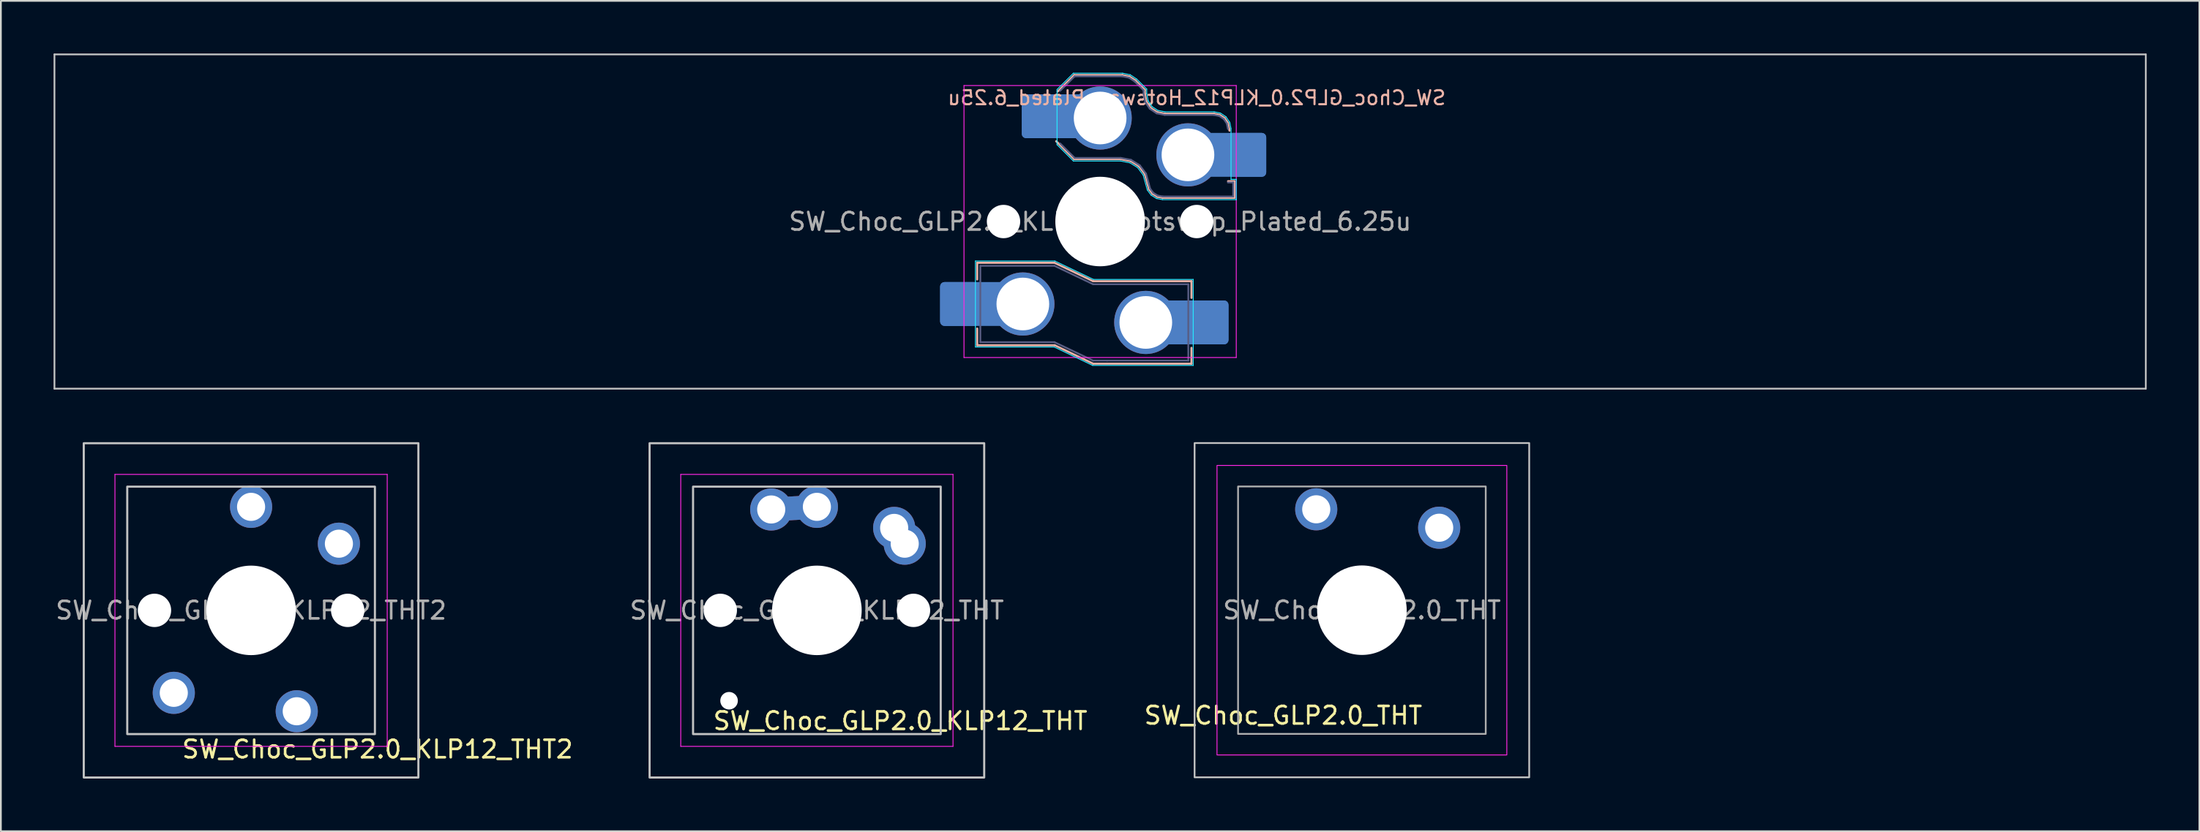
<source format=kicad_pcb>
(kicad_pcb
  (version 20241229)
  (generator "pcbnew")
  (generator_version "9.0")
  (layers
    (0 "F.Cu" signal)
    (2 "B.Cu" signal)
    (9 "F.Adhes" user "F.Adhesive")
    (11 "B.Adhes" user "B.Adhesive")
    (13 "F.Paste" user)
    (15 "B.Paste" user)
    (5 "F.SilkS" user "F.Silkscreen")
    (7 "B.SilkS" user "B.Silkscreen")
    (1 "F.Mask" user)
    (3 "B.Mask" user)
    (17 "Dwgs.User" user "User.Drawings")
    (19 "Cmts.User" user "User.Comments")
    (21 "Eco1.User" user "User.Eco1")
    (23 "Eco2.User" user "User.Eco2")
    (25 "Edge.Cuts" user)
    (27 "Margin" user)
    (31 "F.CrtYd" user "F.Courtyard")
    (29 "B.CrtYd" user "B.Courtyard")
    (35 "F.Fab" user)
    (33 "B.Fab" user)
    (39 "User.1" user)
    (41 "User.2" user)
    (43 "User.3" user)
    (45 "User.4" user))
  (footprint "SW_Choc_GLP2.0_KLP12_THT"
    (layer "F.Cu")
    (at 43.456 31.735)
    (property "Reference" "SW_Choc_GLP2.0_KLP12_THT" (at 4.75 6.3 0) (layer "F.SilkS") (effects (font (size 1 1) (thickness 0.15))))
    (attr through_hole)
    (fp_rect (start -9.525 -9.525) (end 9.525 9.525) (stroke (width 0.12) (type default)) (fill no) (layer "Dwgs.User"))
    (fp_rect (start -7.05 -7.05) (end 7.05 7.05) (stroke (width 0.12) (type solid)) (fill no) (layer "Dwgs.User"))
    (fp_line (start -7.75 -7.75) (end -7.75 7.75) (stroke (width 0.05) (type solid)) (layer "F.CrtYd"))
    (fp_line (start -7.75 7.75) (end 7.75 7.75) (stroke (width 0.05) (type solid)) (layer "F.CrtYd"))
    (fp_line (start 7.75 -7.75) (end -7.75 -7.75) (stroke (width 0.05) (type solid)) (layer "F.CrtYd"))
    (fp_line (start 7.75 7.75) (end 7.75 -7.75) (stroke (width 0.05) (type solid)) (layer "F.CrtYd"))
    (fp_text user "${REFERENCE}" (at 0 0 0) (layer "F.Fab") (effects (font (size 1 1) (thickness 0.15))))
    (pad "" np_thru_hole circle (at -5.5 0) (size 1.9 1.9) (drill 1.9) (layers "*.Cu" "*.Mask"))
    (pad "" np_thru_hole circle (at -5 5.15) (size 1 1) (drill 1) (layers "*.Cu" "*.Mask"))
    (pad "" np_thru_hole circle (at 0 0) (size 5.1 5.1) (drill 5.1) (layers "*.Cu" "*.Mask"))
    (pad "" np_thru_hole circle (at 5.5 0) (size 1.9 1.9) (drill 1.9) (layers "*.Cu" "*.Mask"))
    (pad "1" thru_hole circle (at 4.4 -4.7 180) (size 2.4 2.4) (drill 1.6) (layers "*.Cu" "*.Mask"))
    (pad "1" thru_hole circle (at 5 -3.8) (size 2.4 2.4) (drill 1.6) (layers "*.Cu" "*.Mask"))
    (pad "2" thru_hole circle (at -2.6 -5.75 180) (size 2.4 2.4) (drill 1.6) (layers "*.Cu" "*.Mask"))
    (pad "2" smd custom (at -1.3 -5.825 3.3) (size 3 1.353) (layers "F.Cu") (options (anchor rect)) (primitives))
    (pad "2" smd custom (at -1.3 -5.825 3.3) (size 3 1.353) (layers "B.Cu") (options (anchor rect)) (primitives))
    (pad "2" thru_hole circle (at 0 -5.9) (size 2.4 2.4) (drill 1.6) (layers "*.Cu" "*.Mask")))
  (footprint "SW_Choc_GLP2.0_KLP12_THT2"
    (layer "F.Cu")
    (at 11.244 31.735)
    (property "Reference" "SW_Choc_GLP2.0_KLP12_THT2" (at 7.2 8.5 0) (layer "F.SilkS") (effects (font (size 1 1) (thickness 0.15)) (justify bottom)))
    (attr through_hole)
    (fp_rect (start -9.525 -9.525) (end 9.525 9.525) (stroke (width 0.12) (type default)) (fill no) (layer "Dwgs.User"))
    (fp_rect (start -7.05 -7.05) (end 7.05 7.05) (stroke (width 0.12) (type solid)) (fill no) (layer "Dwgs.User"))
    (fp_line (start -7.75 -7.75) (end -7.75 7.75) (stroke (width 0.05) (type solid)) (layer "F.CrtYd"))
    (fp_line (start -7.75 7.75) (end 7.75 7.75) (stroke (width 0.05) (type solid)) (layer "F.CrtYd"))
    (fp_line (start 7.75 -7.75) (end -7.75 -7.75) (stroke (width 0.05) (type solid)) (layer "F.CrtYd"))
    (fp_line (start 7.75 7.75) (end 7.75 -7.75) (stroke (width 0.05) (type solid)) (layer "F.CrtYd"))
    (fp_text user "${REFERENCE}" (at 0 0 0) (layer "F.Fab") (effects (font (size 1 1) (thickness 0.15))))
    (pad "" np_thru_hole circle (at -5.5 0) (size 1.9 1.9) (drill 1.9) (layers "*.Cu" "*.Mask"))
    (pad "" np_thru_hole circle (at 0 0) (size 5.1 5.1) (drill 5.1) (layers "*.Cu" "*.Mask"))
    (pad "" np_thru_hole circle (at 5.5 0) (size 1.9 1.9) (drill 1.9) (layers "*.Cu" "*.Mask"))
    (pad "1" thru_hole circle (at 2.6 5.75) (size 2.4 2.4) (drill 1.6) (layers "*.Cu" "*.Mask"))
    (pad "1" thru_hole circle (at 5 -3.8) (size 2.4 2.4) (drill 1.6) (layers "*.Cu" "*.Mask"))
    (pad "2" thru_hole circle (at -4.4 4.7) (size 2.4 2.4) (drill 1.6) (layers "*.Cu" "*.Mask"))
    (pad "2" thru_hole circle (at 0 -5.9) (size 2.4 2.4) (drill 1.6) (layers "*.Cu" "*.Mask")))
  (footprint "SW_Choc_GLP2.0_KLP12_Hotswap_Plated_6.25u"
    (layer "F.Cu")
    (at 59.581 9.575)
    (property "Reference" "SW_Choc_GLP2.0_KLP12_Hotswap_Plated_6.25u" (at 5.5 -7.05 180) (layer "B.SilkS") (effects (font (size 0.8 0.8) (thickness 0.12)) (justify mirror)))
    (attr smd)
    (fp_line (start -7 2.35) (end -7 3.3) (stroke (width 0.12) (type solid)) (layer "B.SilkS"))
    (fp_line (start -7 2.35) (end -2.6 2.35) (stroke (width 0.12) (type solid)) (layer "B.SilkS"))
    (fp_line (start -7 7.05) (end -7 6.1) (stroke (width 0.12) (type solid)) (layer "B.SilkS"))
    (fp_line (start -7 7.05) (end -2.59 7.05) (stroke (width 0.12) (type solid)) (layer "B.SilkS"))
    (fp_line (start -2.6 2.35) (end -0.4 3.4) (stroke (width 0.12) (type solid)) (layer "B.SilkS"))
    (fp_line (start -2.59 7.05) (end -0.4 8.1) (stroke (width 0.12) (type solid)) (layer "B.SilkS"))
    (fp_line (start -2.416 -7.409) (end -1.479 -8.346) (stroke (width 0.12) (type solid)) (layer "B.SilkS"))
    (fp_line (start -1.479 -8.346) (end 1.268 -8.346) (stroke (width 0.12) (type solid)) (layer "B.SilkS"))
    (fp_line (start -1.479 -3.554) (end -2.5 -4.575) (stroke (width 0.12) (type solid)) (layer "B.SilkS"))
    (fp_line (start 1.168 -3.554) (end -1.479 -3.554) (stroke (width 0.12) (type solid)) (layer "B.SilkS"))
    (fp_line (start 1.268 -8.346) (end 1.671 -8.266) (stroke (width 0.12) (type solid)) (layer "B.SilkS"))
    (fp_line (start 1.671 -8.266) (end 2.013 -8.037) (stroke (width 0.12) (type solid)) (layer "B.SilkS"))
    (fp_line (start 1.73 -3.449) (end 1.168 -3.554) (stroke (width 0.12) (type solid)) (layer "B.SilkS"))
    (fp_line (start 2.013 -8.037) (end 2.546 -7.504) (stroke (width 0.12) (type solid)) (layer "B.SilkS"))
    (fp_line (start 2.209 -3.15) (end 1.73 -3.449) (stroke (width 0.12) (type solid)) (layer "B.SilkS"))
    (fp_line (start 2.546 -7.504) (end 2.546 -7.282) (stroke (width 0.12) (type solid)) (layer "B.SilkS"))
    (fp_line (start 2.546 -7.282) (end 2.633 -6.844) (stroke (width 0.12) (type solid)) (layer "B.SilkS"))
    (fp_line (start 2.547 -2.697) (end 2.209 -3.15) (stroke (width 0.12) (type solid)) (layer "B.SilkS"))
    (fp_line (start 2.633 -6.844) (end 2.877 -6.477) (stroke (width 0.12) (type solid)) (layer "B.SilkS"))
    (fp_line (start 2.701 -2.139) (end 2.547 -2.697) (stroke (width 0.12) (type solid)) (layer "B.SilkS"))
    (fp_line (start 2.783 -1.841) (end 2.701 -2.139) (stroke (width 0.12) (type solid)) (layer "B.SilkS"))
    (fp_line (start 2.877 -6.477) (end 3.244 -6.233) (stroke (width 0.12) (type solid)) (layer "B.SilkS"))
    (fp_line (start 2.976 -1.583) (end 2.783 -1.841) (stroke (width 0.12) (type solid)) (layer "B.SilkS"))
    (fp_line (start 3.244 -6.233) (end 3.682 -6.146) (stroke (width 0.12) (type solid)) (layer "B.SilkS"))
    (fp_line (start 3.25 -1.413) (end 2.976 -1.583) (stroke (width 0.12) (type solid)) (layer "B.SilkS"))
    (fp_line (start 3.56 -1.354) (end 3.25 -1.413) (stroke (width 0.12) (type solid)) (layer "B.SilkS"))
    (fp_line (start 3.682 -6.146) (end 6.482 -6.146) (stroke (width 0.12) (type solid)) (layer "B.SilkS"))
    (fp_line (start 5.2 3.4) (end -0.4 3.4) (stroke (width 0.12) (type solid)) (layer "B.SilkS"))
    (fp_line (start 5.2 3.4) (end 5.2 4.35) (stroke (width 0.12) (type solid)) (layer "B.SilkS"))
    (fp_line (start 5.2 8.1) (end -0.4 8.1) (stroke (width 0.12) (type solid)) (layer "B.SilkS"))
    (fp_line (start 5.2 8.1) (end 5.2 7.2) (stroke (width 0.12) (type solid)) (layer "B.SilkS"))
    (fp_line (start 6.482 -6.146) (end 6.809 -6.081) (stroke (width 0.12) (type solid)) (layer "B.SilkS"))
    (fp_line (start 6.809 -6.081) (end 7.092 -5.892) (stroke (width 0.12) (type solid)) (layer "B.SilkS"))
    (fp_line (start 7.092 -5.892) (end 7.281 -5.609) (stroke (width 0.12) (type solid)) (layer "B.SilkS"))
    (fp_line (start 7.281 -5.609) (end 7.366 -5.182) (stroke (width 0.12) (type solid)) (layer "B.SilkS"))
    (fp_line (start 7.283 -2.296) (end 7.646 -2.296) (stroke (width 0.12) (type solid)) (layer "B.SilkS"))
    (fp_line (start 7.646 -2.296) (end 7.646 -1.354) (stroke (width 0.12) (type solid)) (layer "B.SilkS"))
    (fp_line (start 7.646 -1.354) (end 3.56 -1.354) (stroke (width 0.12) (type solid)) (layer "B.SilkS"))
    (fp_line (start -59.531 -9.525) (end -59.531 9.525) (stroke (width 0.1) (type default)) (layer "Dwgs.User"))
    (fp_line (start -59.531 -9.525) (end 59.531 -9.525) (stroke (width 0.1) (type solid)) (layer "Dwgs.User"))
    (fp_line (start -59.531 9.525) (end 59.531 9.525) (stroke (width 0.1) (type solid)) (layer "Dwgs.User"))
    (fp_line (start 59.531 -9.525) (end 59.531 9.525) (stroke (width 0.1) (type default)) (layer "Dwgs.User"))
    (fp_line (start -7.1 2.25) (end -7.1 7.15) (stroke (width 0.05) (type solid)) (layer "B.CrtYd"))
    (fp_line (start -7.1 2.25) (end -2.58 2.25) (stroke (width 0.05) (type solid)) (layer "B.CrtYd"))
    (fp_line (start -7.1 7.15) (end -2.615 7.15) (stroke (width 0.05) (type solid)) (layer "B.CrtYd"))
    (fp_line (start -2.615 7.15) (end -0.425 8.2) (stroke (width 0.05) (type solid)) (layer "B.CrtYd"))
    (fp_line (start -2.58 2.25) (end -0.38 3.3) (stroke (width 0.05) (type solid)) (layer "B.CrtYd"))
    (fp_line (start -2.452 -7.523) (end -1.523 -8.452) (stroke (width 0.05) (type solid)) (layer "B.CrtYd"))
    (fp_line (start -2.452 -4.377) (end -2.452 -7.523) (stroke (width 0.05) (type solid)) (layer "B.CrtYd"))
    (fp_line (start -1.523 -8.452) (end 1.278 -8.452) (stroke (width 0.05) (type solid)) (layer "B.CrtYd"))
    (fp_line (start -1.523 -3.448) (end -2.452 -4.377) (stroke (width 0.05) (type solid)) (layer "B.CrtYd"))
    (fp_line (start 1.159 -3.448) (end -1.523 -3.448) (stroke (width 0.05) (type solid)) (layer "B.CrtYd"))
    (fp_line (start 1.278 -8.452) (end 1.712 -8.366) (stroke (width 0.05) (type solid)) (layer "B.CrtYd"))
    (fp_line (start 1.691 -3.348) (end 1.159 -3.448) (stroke (width 0.05) (type solid)) (layer "B.CrtYd"))
    (fp_line (start 1.712 -8.366) (end 2.081 -8.119) (stroke (width 0.05) (type solid)) (layer "B.CrtYd"))
    (fp_line (start 2.081 -8.119) (end 2.652 -7.548) (stroke (width 0.05) (type solid)) (layer "B.CrtYd"))
    (fp_line (start 2.136 -3.071) (end 1.691 -3.348) (stroke (width 0.05) (type solid)) (layer "B.CrtYd"))
    (fp_line (start 2.45 -2.65) (end 2.136 -3.071) (stroke (width 0.05) (type solid)) (layer "B.CrtYd"))
    (fp_line (start 2.599 -2.111) (end 2.45 -2.65) (stroke (width 0.05) (type solid)) (layer "B.CrtYd"))
    (fp_line (start 2.652 -7.548) (end 2.652 -7.292) (stroke (width 0.05) (type solid)) (layer "B.CrtYd"))
    (fp_line (start 2.652 -7.292) (end 2.733 -6.885) (stroke (width 0.05) (type solid)) (layer "B.CrtYd"))
    (fp_line (start 2.687 -1.794) (end 2.599 -2.111) (stroke (width 0.05) (type solid)) (layer "B.CrtYd"))
    (fp_line (start 2.733 -6.885) (end 2.953 -6.553) (stroke (width 0.05) (type solid)) (layer "B.CrtYd"))
    (fp_line (start 2.903 -1.503) (end 2.687 -1.794) (stroke (width 0.05) (type solid)) (layer "B.CrtYd"))
    (fp_line (start 2.953 -6.553) (end 3.285 -6.333) (stroke (width 0.05) (type solid)) (layer "B.CrtYd"))
    (fp_line (start 3.211 -1.312) (end 2.903 -1.503) (stroke (width 0.05) (type solid)) (layer "B.CrtYd"))
    (fp_line (start 3.285 -6.333) (end 3.692 -6.252) (stroke (width 0.05) (type solid)) (layer "B.CrtYd"))
    (fp_line (start 3.55 -1.248) (end 3.211 -1.312) (stroke (width 0.05) (type solid)) (layer "B.CrtYd"))
    (fp_line (start 3.692 -6.252) (end 6.492 -6.252) (stroke (width 0.05) (type solid)) (layer "B.CrtYd"))
    (fp_line (start 5.3 3.3) (end -0.38 3.3) (stroke (width 0.05) (type solid)) (layer "B.CrtYd"))
    (fp_line (start 5.3 3.3) (end 5.3 8.2) (stroke (width 0.05) (type solid)) (layer "B.CrtYd"))
    (fp_line (start 5.3 8.2) (end -0.425 8.2) (stroke (width 0.05) (type solid)) (layer "B.CrtYd"))
    (fp_line (start 6.492 -6.252) (end 6.85 -6.181) (stroke (width 0.05) (type solid)) (layer "B.CrtYd"))
    (fp_line (start 6.85 -6.181) (end 7.168 -5.968) (stroke (width 0.05) (type solid)) (layer "B.CrtYd"))
    (fp_line (start 7.168 -5.968) (end 7.381 -5.65) (stroke (width 0.05) (type solid)) (layer "B.CrtYd"))
    (fp_line (start 7.381 -5.65) (end 7.452 -5.292) (stroke (width 0.05) (type solid)) (layer "B.CrtYd"))
    (fp_line (start 7.452 -5.292) (end 7.452 -2.402) (stroke (width 0.05) (type solid)) (layer "B.CrtYd"))
    (fp_line (start 7.452 -2.402) (end 7.752 -2.402) (stroke (width 0.05) (type solid)) (layer "B.CrtYd"))
    (fp_line (start 7.752 -2.402) (end 7.752 -1.248) (stroke (width 0.05) (type solid)) (layer "B.CrtYd"))
    (fp_line (start 7.752 -1.248) (end 3.55 -1.248) (stroke (width 0.05) (type solid)) (layer "B.CrtYd"))
    (fp_line (start -7.75 7.75) (end -7.75 -7.75) (stroke (width 0.05) (type solid)) (layer "F.CrtYd"))
    (fp_line (start 7.75 -7.75) (end -7.75 -7.75) (stroke (width 0.05) (type solid)) (layer "F.CrtYd"))
    (fp_line (start 7.75 -7.75) (end 7.75 7.75) (stroke (width 0.05) (type solid)) (layer "F.CrtYd"))
    (fp_line (start 7.75 7.75) (end -7.75 7.75) (stroke (width 0.05) (type solid)) (layer "F.CrtYd"))
    (fp_line (start -6.82 2.525) (end -6.82 6.875) (stroke (width 0.1) (type solid)) (layer "B.Fab"))
    (fp_line (start -6.82 2.525) (end -2.6 2.525) (stroke (width 0.1) (type solid)) (layer "B.Fab"))
    (fp_line (start -6.82 6.875) (end -2.6 6.875) (stroke (width 0.1) (type solid)) (layer "B.Fab"))
    (fp_line (start -2.6 2.525) (end -0.4 3.575) (stroke (width 0.1) (type solid)) (layer "B.Fab"))
    (fp_line (start -2.6 6.875) (end -0.4 7.925) (stroke (width 0.1) (type solid)) (layer "B.Fab"))
    (fp_line (start -2.275 -7.45) (end -1.45 -8.275) (stroke (width 0.1) (type solid)) (layer "B.Fab"))
    (fp_line (start -1.45 -8.275) (end 1.261 -8.275) (stroke (width 0.1) (type solid)) (layer "B.Fab"))
    (fp_line (start -1.45 -3.625) (end -2.275 -4.45) (stroke (width 0.1) (type solid)) (layer "B.Fab"))
    (fp_line (start 0.4 7.925) (end -0.4 7.925) (stroke (width 0.1) (type solid)) (layer "B.Fab"))
    (fp_line (start 1.175 -3.625) (end -1.45 -3.625) (stroke (width 0.1) (type solid)) (layer "B.Fab"))
    (fp_line (start 1.261 -8.275) (end 1.643 -8.199) (stroke (width 0.1) (type solid)) (layer "B.Fab"))
    (fp_line (start 1.643 -8.199) (end 1.968 -7.982) (stroke (width 0.1) (type solid)) (layer "B.Fab"))
    (fp_line (start 1.756 -3.516) (end 1.175 -3.625) (stroke (width 0.1) (type solid)) (layer "B.Fab"))
    (fp_line (start 1.968 -7.982) (end 2.475 -7.475) (stroke (width 0.1) (type solid)) (layer "B.Fab"))
    (fp_line (start 2.258 -3.203) (end 1.756 -3.516) (stroke (width 0.1) (type solid)) (layer "B.Fab"))
    (fp_line (start 2.475 -7.475) (end 2.475 -7.275) (stroke (width 0.1) (type solid)) (layer "B.Fab"))
    (fp_line (start 2.475 -7.275) (end 2.566 -6.816) (stroke (width 0.1) (type solid)) (layer "B.Fab"))
    (fp_line (start 2.566 -6.816) (end 2.826 -6.426) (stroke (width 0.1) (type solid)) (layer "B.Fab"))
    (fp_line (start 2.612 -2.729) (end 2.258 -3.203) (stroke (width 0.1) (type solid)) (layer "B.Fab"))
    (fp_line (start 2.769 -2.158) (end 2.612 -2.729) (stroke (width 0.1) (type solid)) (layer "B.Fab"))
    (fp_line (start 2.826 -6.426) (end 3.216 -6.166) (stroke (width 0.1) (type solid)) (layer "B.Fab"))
    (fp_line (start 2.848 -1.873) (end 2.769 -2.158) (stroke (width 0.1) (type solid)) (layer "B.Fab"))
    (fp_line (start 3.025 -1.636) (end 2.848 -1.873) (stroke (width 0.1) (type solid)) (layer "B.Fab"))
    (fp_line (start 3.216 -6.166) (end 3.675 -6.075) (stroke (width 0.1) (type solid)) (layer "B.Fab"))
    (fp_line (start 3.276 -1.48) (end 3.025 -1.636) (stroke (width 0.1) (type solid)) (layer "B.Fab"))
    (fp_line (start 3.567 -1.425) (end 3.276 -1.48) (stroke (width 0.1) (type solid)) (layer "B.Fab"))
    (fp_line (start 3.675 -6.075) (end 6.475 -6.075) (stroke (width 0.1) (type solid)) (layer "B.Fab"))
    (fp_line (start 5.02 3.575) (end -0.4 3.575) (stroke (width 0.1) (type solid)) (layer "B.Fab"))
    (fp_line (start 5.02 3.575) (end 5.02 7.925) (stroke (width 0.1) (type solid)) (layer "B.Fab"))
    (fp_line (start 5.02 7.925) (end 0.4 7.925) (stroke (width 0.1) (type solid)) (layer "B.Fab"))
    (fp_line (start 6.475 -6.075) (end 6.781 -6.014) (stroke (width 0.1) (type solid)) (layer "B.Fab"))
    (fp_line (start 6.781 -6.014) (end 7.041 -5.841) (stroke (width 0.1) (type solid)) (layer "B.Fab"))
    (fp_line (start 7.041 -5.841) (end 7.214 -5.581) (stroke (width 0.1) (type solid)) (layer "B.Fab"))
    (fp_line (start 7.214 -5.581) (end 7.275 -5.275) (stroke (width 0.1) (type solid)) (layer "B.Fab"))
    (fp_line (start 7.275 -2.225) (end 7.575 -2.225) (stroke (width 0.1) (type solid)) (layer "B.Fab"))
    (fp_line (start 7.575 -2.225) (end 7.575 -1.425) (stroke (width 0.1) (type solid)) (layer "B.Fab"))
    (fp_line (start 7.575 -1.425) (end 3.567 -1.425) (stroke (width 0.1) (type solid)) (layer "B.Fab"))
    (fp_rect (start -7.05 -7.05) (end 7.05 7.05) (stroke (width 0.12) (type default)) (fill no) (layer "User.1"))
    (fp_text user "${REFERENCE}" (at 0 0 0) (layer "F.Fab") (effects (font (size 1 1) (thickness 0.15))))
    (pad "" np_thru_hole circle (at -5.5 0) (size 1.9 1.9) (drill 1.9) (layers "*.Cu" "*.Mask"))
    (pad "" np_thru_hole circle (at 0 0) (size 5.1 5.1) (drill 5.1) (layers "*.Cu" "*.Mask"))
    (pad "" np_thru_hole circle (at 5.5 0) (size 1.9 1.9) (drill 1.9) (layers "*.Cu" "*.Mask"))
    (pad "1" thru_hole circle (at 2.6 5.75) (size 3.6 3.6) (drill 3) (layers "*.Cu" "*.Mask"))
    (pad "1" thru_hole circle (at 5 -3.8) (size 3.6 3.6) (drill 3) (layers "*.Cu" "*.Mask"))
    (pad "1" smd roundrect (at 5.383 5.75) (size 3.85 2.5) (layers "B.Cu") (roundrect_rratio 0.1))
    (pad "1" smd roundrect (at 6.229 5.75) (size 2.159 2.5) (layers "B.Cu" "B.Mask" "B.Paste") (roundrect_rratio 0.116))
    (pad "1" smd roundrect (at 7.53 -3.8) (size 3.85 2.5) (layers "B.Cu") (roundrect_rratio 0.1))
    (pad "1" smd roundrect (at 8.376 -3.8) (size 2.159 2.5) (layers "B.Cu" "B.Mask" "B.Paste") (roundrect_rratio 0.116))
    (pad "2" smd roundrect (at -8.03 4.7) (size 2.159 2.5) (layers "B.Cu" "B.Mask" "B.Paste") (roundrect_rratio 0.116))
    (pad "2" smd roundrect (at -7.185 4.699) (size 3.85 2.5) (layers "B.Cu") (roundrect_rratio 0.1))
    (pad "2" thru_hole circle (at -4.4 4.7) (size 3.6 3.6) (drill 3) (layers "*.Cu" "*.Mask"))
    (pad "2" smd roundrect (at -3.381 -6) (size 2.159 2.5) (layers "B.Cu" "B.Mask" "B.Paste") (roundrect_rratio 0.116))
    (pad "2" smd roundrect (at -2.535 -6) (size 3.85 2.5) (layers "B.Cu") (roundrect_rratio 0.1))
    (pad "2" thru_hole circle (at 0 -5.9) (size 3.6 3.6) (drill 3) (layers "*.Cu" "*.Mask")))
  (footprint "SW_Choc_GLP2.0_THT"
    (layer "F.Cu")
    (at 74.484 31.725)
    (property "Reference" "SW_Choc_GLP2.0_THT" (at -4.48 6 0) (unlocked yes) (layer "F.SilkS") (effects (font (size 1 1) (thickness 0.15))))
    (attr through_hole)
    (fp_rect (start -9.525 9.525) (end 9.525 -9.525) (stroke (width 0.1) (type solid)) (fill no) (layer "Dwgs.User"))
    (fp_rect (start -8.25 8.25) (end 8.25 -8.25) (stroke (width 0.05) (type solid)) (fill no) (layer "F.CrtYd"))
    (fp_rect (start -7.05 7.05) (end 7.05 -7.05) (stroke (width 0.1) (type solid)) (fill no) (layer "F.Fab"))
    (fp_text user "${REFERENCE}" (at 0 0 0) (unlocked yes) (layer "F.Fab") (effects (font (size 1 1) (thickness 0.15))))
    (pad "" np_thru_hole circle (at 0 0 180) (size 5.1 5.1) (drill 5.1) (layers "*.Cu" "*.Mask"))
    (pad "1" thru_hole circle (at 4.4 -4.7 180) (size 2.4 2.4) (drill 1.6) (layers "*.Cu" "*.Mask"))
    (pad "2" thru_hole circle (at -2.6 -5.75 180) (size 2.4 2.4) (drill 1.6) (layers "*.Cu" "*.Mask")))
  (gr_rect
    (start -3 -3)
    (end 122.162 44.32)
    (stroke (width 0.1) (type default))
    (fill no)
    (layer "Edge.Cuts")))
</source>
